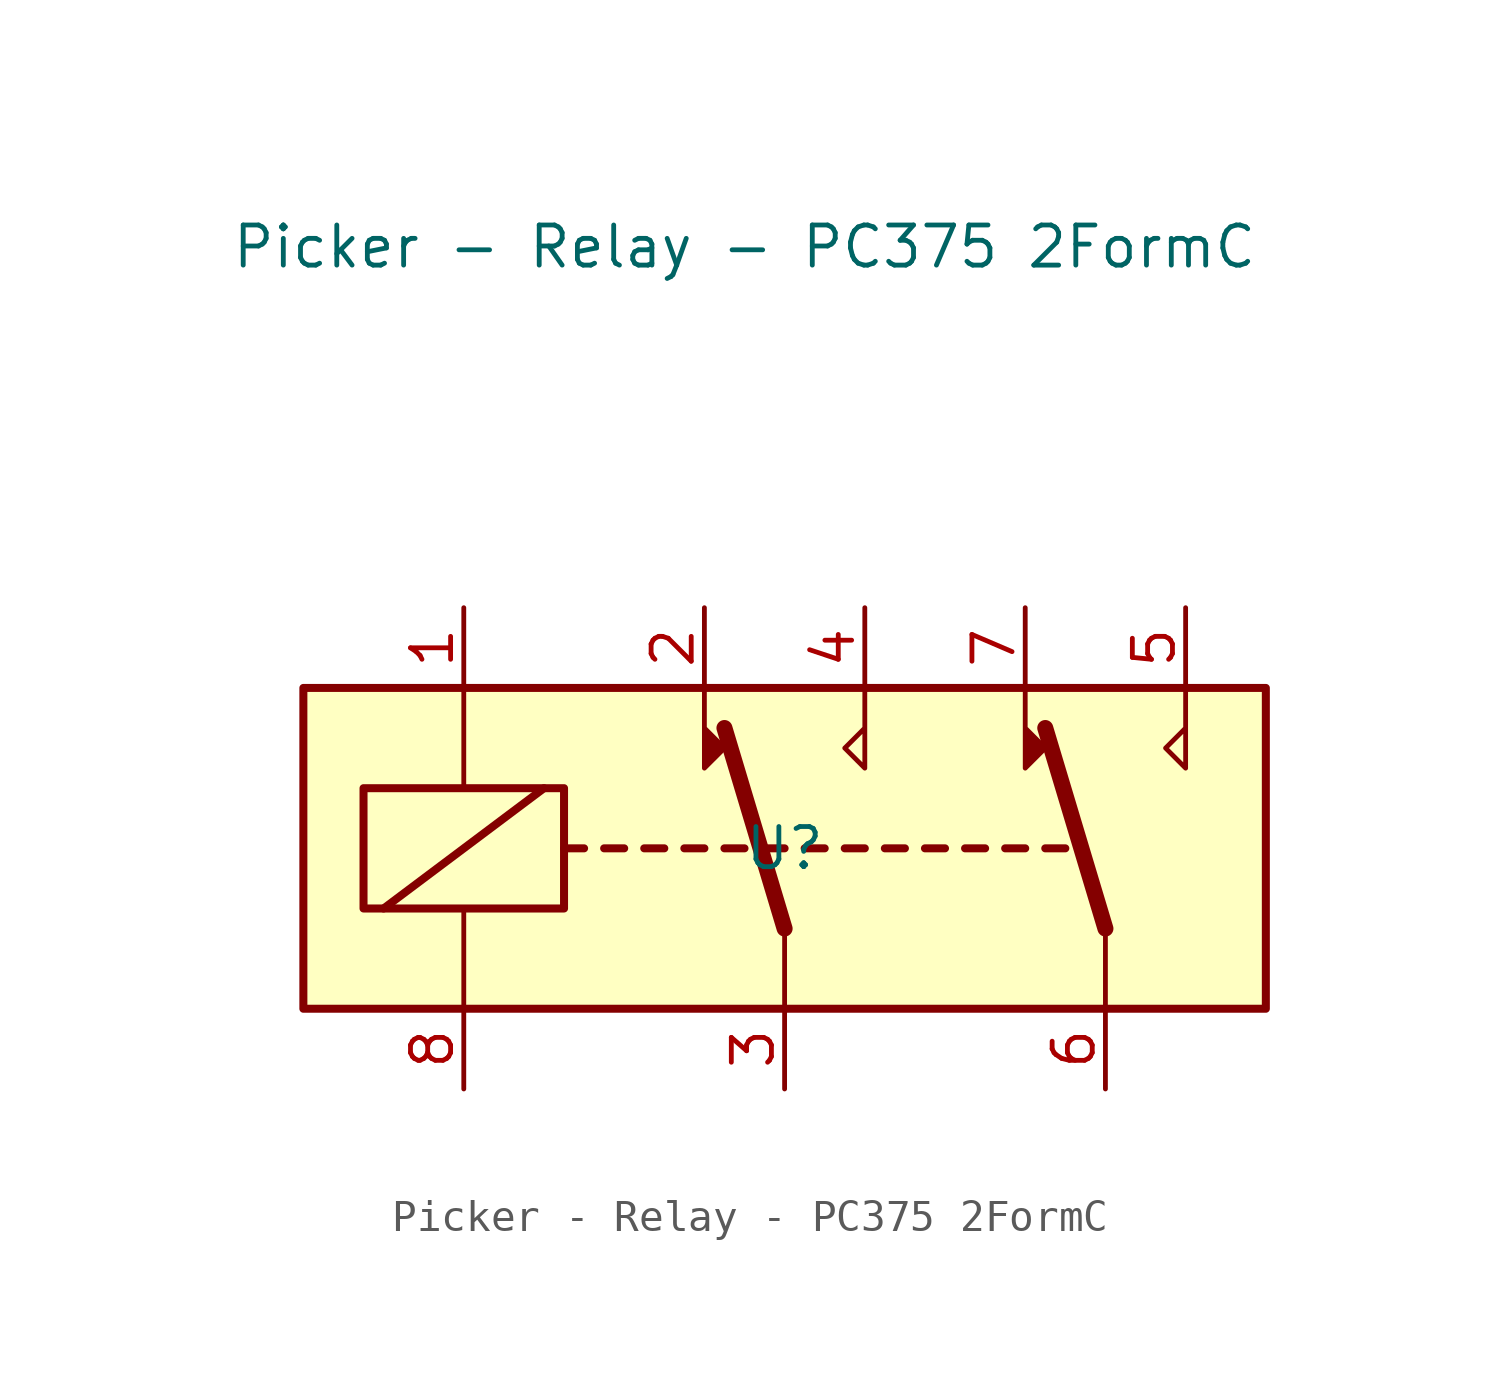
<source format=kicad_sym>
(kicad_symbol_lib
  (version 20211014)
  (generator kicad_symbol_editor)
  (symbol "Picker - Relay - PC375 2FormC"
    (property "Reference" "U"
      (at 0 0 0)
      (effects (font (size 1.27 1.27))))
    (property "Value" "Picker - Relay - PC375 2FormC"
      (at -1.27 19.05 0)
      (effects (font (size 1.27 1.27))))
    (property "DNP" ""
      (at 0 0 0)
      (effects (font (size 1.27 1.27))))
    (symbol "Picker - Relay - PC375 2FormC_0_1"
      (rectangle (start -15.24 5.08) (end 15.24 -5.08) (stroke (width 0.254) (type default) (color 0 0 0 0)) (fill (type background)))
      (rectangle (start -13.335 1.905) (end -6.985 -1.905) (stroke (width 0.254) (type default) (color 0 0 0 0)) (fill (type none)))
      (polyline (pts (xy -12.7 -1.905) (xy -7.62 1.905)) (stroke (width 0.254) (type default) (color 0 0 0 0)) (fill (type none)))
      (polyline (pts (xy -10.16 -5.08) (xy -10.16 -1.905)) (stroke (width 0) (type default) (color 0 0 0 0)) (fill (type none)))
      (polyline (pts (xy -10.16 5.08) (xy -10.16 1.905)) (stroke (width 0) (type default) (color 0 0 0 0)) (fill (type none)))
      (polyline (pts (xy -6.985 0) (xy -6.35 0)) (stroke (width 0.254) (type default) (color 0 0 0 0)) (fill (type none)))
      (polyline (pts (xy -5.715 0) (xy -5.08 0)) (stroke (width 0.254) (type default) (color 0 0 0 0)) (fill (type none)))
      (polyline (pts (xy -4.445 0) (xy -3.81 0)) (stroke (width 0.254) (type default) (color 0 0 0 0)) (fill (type none)))
      (polyline (pts (xy -3.175 0) (xy -2.54 0)) (stroke (width 0.254) (type default) (color 0 0 0 0)) (fill (type none)))
      (polyline (pts (xy -1.905 0) (xy -1.27 0)) (stroke (width 0.254) (type default) (color 0 0 0 0)) (fill (type none)))
      (polyline (pts (xy -0.635 0) (xy 0 0)) (stroke (width 0.254) (type default) (color 0 0 0 0)) (fill (type none)))
      (polyline (pts (xy 0 -2.54) (xy -1.905 3.81)) (stroke (width 0.508) (type default) (color 0 0 0 0)) (fill (type none)))
      (polyline (pts (xy 0 -2.54) (xy 0 -5.08)) (stroke (width 0) (type default) (color 0 0 0 0)) (fill (type none)))
      (polyline (pts (xy 0.635 0) (xy 1.27 0)) (stroke (width 0.254) (type default) (color 0 0 0 0)) (fill (type none)))
      (polyline (pts (xy 1.905 0) (xy 2.54 0)) (stroke (width 0.254) (type default) (color 0 0 0 0)) (fill (type none)))
      (polyline (pts (xy 3.175 0) (xy 3.81 0)) (stroke (width 0.254) (type default) (color 0 0 0 0)) (fill (type none)))
      (polyline (pts (xy 4.445 0) (xy 5.08 0)) (stroke (width 0.254) (type default) (color 0 0 0 0)) (fill (type none)))
      (polyline (pts (xy 5.715 0) (xy 6.35 0)) (stroke (width 0.254) (type default) (color 0 0 0 0)) (fill (type none)))
      (polyline (pts (xy 6.985 0) (xy 7.62 0)) (stroke (width 0.254) (type default) (color 0 0 0 0)) (fill (type none)))
      (polyline (pts (xy 8.255 0) (xy 8.89 0)) (stroke (width 0.254) (type default) (color 0 0 0 0)) (fill (type none)))
      (polyline (pts (xy 10.16 -2.54) (xy 8.255 3.81)) (stroke (width 0.508) (type default) (color 0 0 0 0)) (fill (type none)))
      (polyline (pts (xy 10.16 -2.54) (xy 10.16 -5.08)) (stroke (width 0) (type default) (color 0 0 0 0)) (fill (type none)))
      (polyline (pts (xy -2.54 5.08) (xy -2.54 2.54) (xy -1.905 3.175) (xy -2.54 3.81)) (stroke (width 0) (type default) (color 0 0 0 0)) (fill (type outline)))
      (polyline (pts (xy 2.54 5.08) (xy 2.54 2.54) (xy 1.905 3.175) (xy 2.54 3.81)) (stroke (width 0) (type default) (color 0 0 0 0)) (fill (type none)))
      (polyline (pts (xy 7.62 5.08) (xy 7.62 2.54) (xy 8.255 3.175) (xy 7.62 3.81)) (stroke (width 0) (type default) (color 0 0 0 0)) (fill (type outline)))
      (polyline (pts (xy 12.7 5.08) (xy 12.7 2.54) (xy 12.065 3.175) (xy 12.7 3.81)) (stroke (width 0) (type default) (color 0 0 0 0)) (fill (type none))))
    (symbol "Picker - Relay - PC375 2FormC_1_1"
      (pin passive line (at -10.16 7.62 270) (length 2.54) (name "~" (effects (font (size 1.27 1.27)))) (number "1" (effects (font (size 1.27 1.27)))))
      (pin passive line (at -2.54 7.62 270) (length 2.54) (name "~" (effects (font (size 1.27 1.27)))) (number "2" (effects (font (size 1.27 1.27)))))
      (pin passive line (at 0 -7.62 90) (length 2.54) (name "~" (effects (font (size 1.27 1.27)))) (number "3" (effects (font (size 1.27 1.27)))))
      (pin passive line (at 2.54 7.62 270) (length 2.54) (name "~" (effects (font (size 1.27 1.27)))) (number "4" (effects (font (size 1.27 1.27)))))
      (pin passive line (at 12.7 7.62 270) (length 2.54) (name "~" (effects (font (size 1.27 1.27)))) (number "5" (effects (font (size 1.27 1.27)))))
      (pin passive line (at 10.16 -7.62 90) (length 2.54) (name "~" (effects (font (size 1.27 1.27)))) (number "6" (effects (font (size 1.27 1.27)))))
      (pin passive line (at 7.62 7.62 270) (length 2.54) (name "~" (effects (font (size 1.27 1.27)))) (number "7" (effects (font (size 1.27 1.27)))))
      (pin passive line (at -10.16 -7.62 90) (length 2.54) (name "~" (effects (font (size 1.27 1.27)))) (number "8" (effects (font (size 1.27 1.27))))))))
</source>
